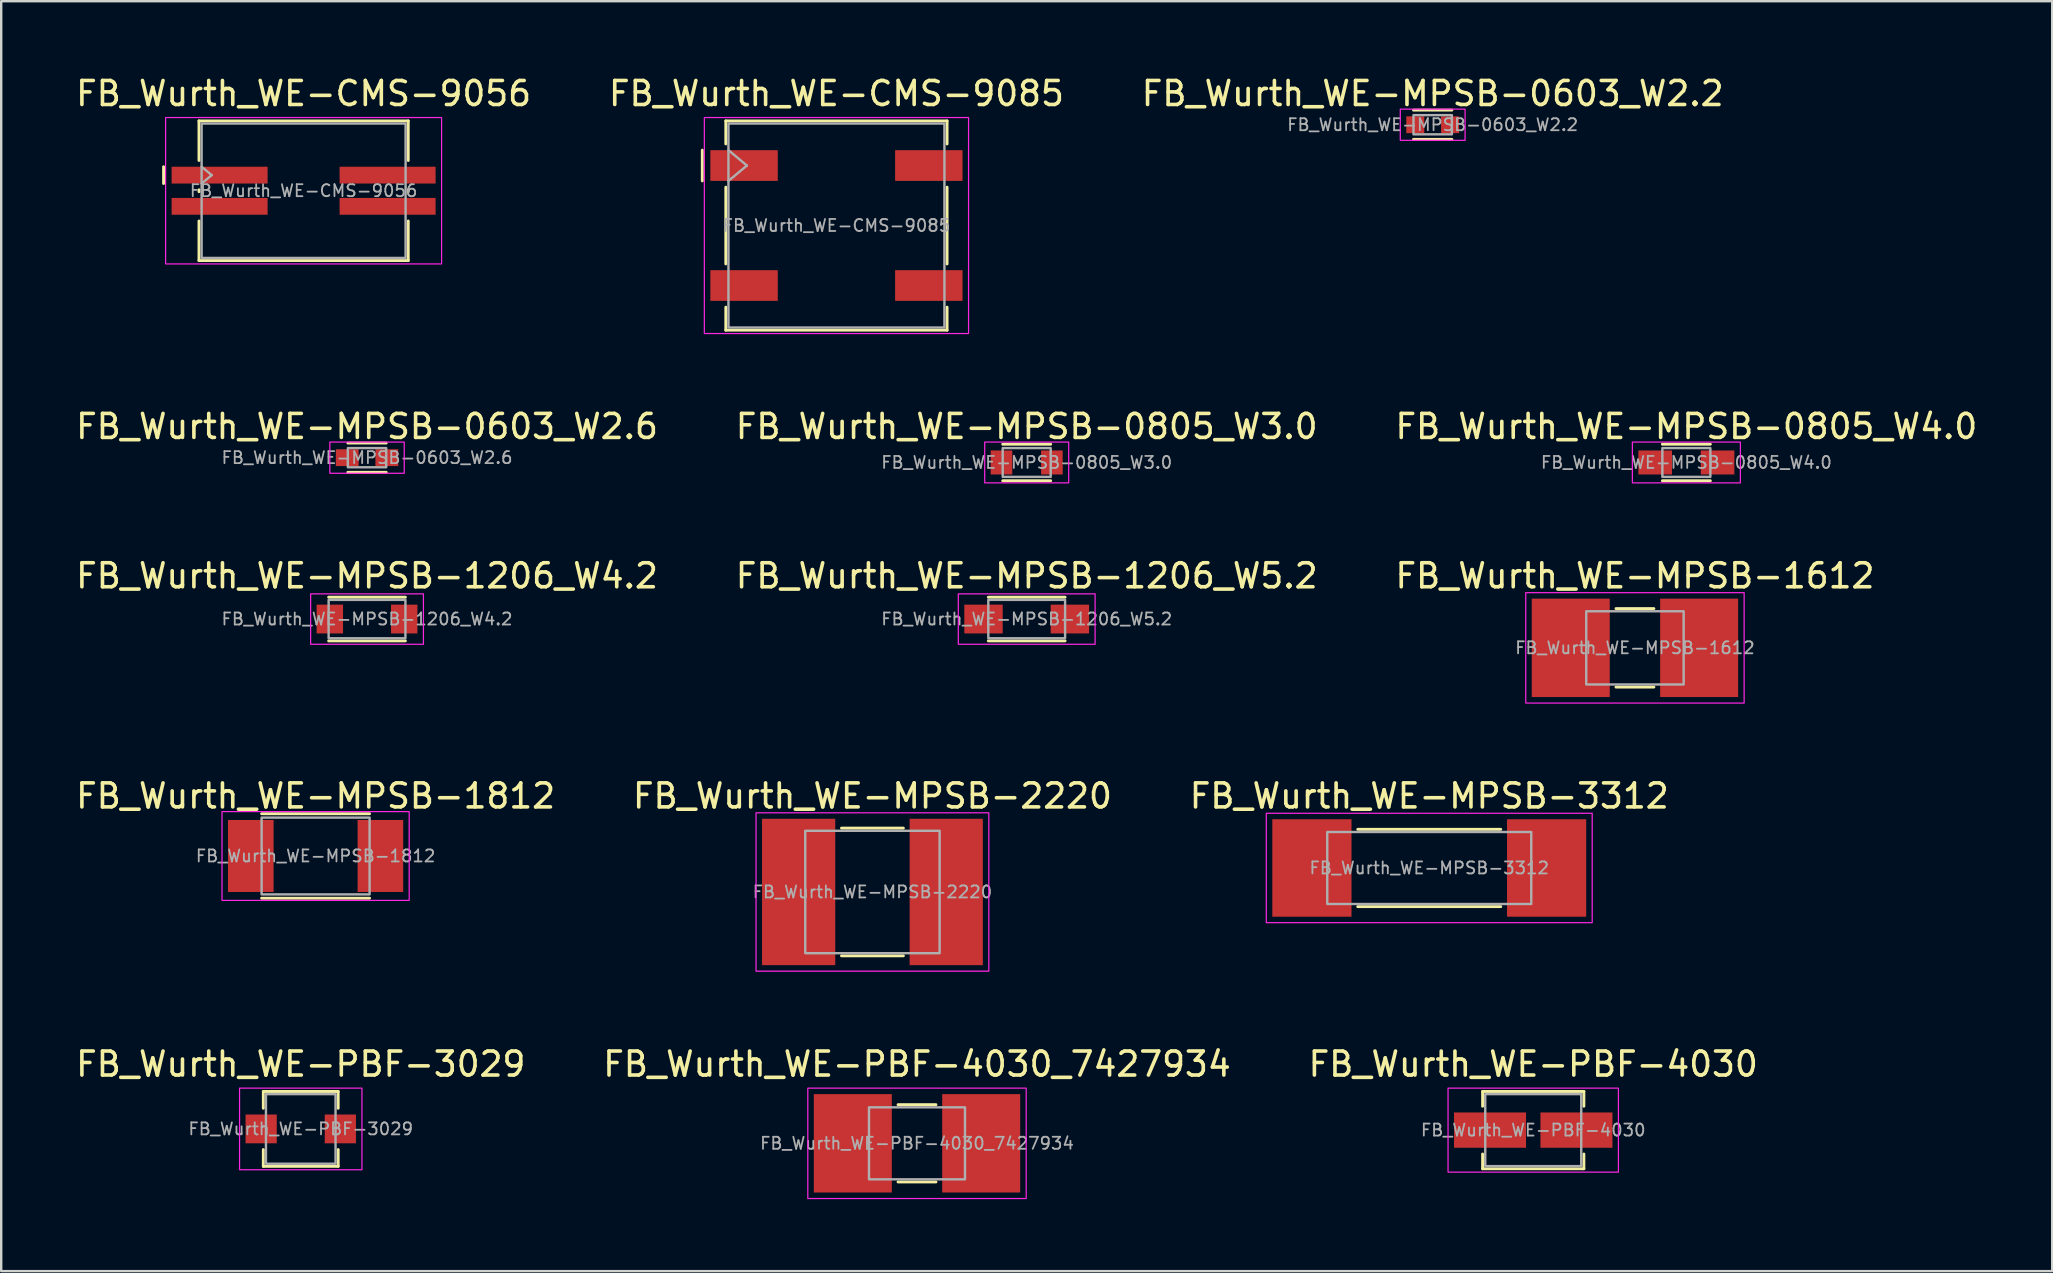
<source format=kicad_pcb>
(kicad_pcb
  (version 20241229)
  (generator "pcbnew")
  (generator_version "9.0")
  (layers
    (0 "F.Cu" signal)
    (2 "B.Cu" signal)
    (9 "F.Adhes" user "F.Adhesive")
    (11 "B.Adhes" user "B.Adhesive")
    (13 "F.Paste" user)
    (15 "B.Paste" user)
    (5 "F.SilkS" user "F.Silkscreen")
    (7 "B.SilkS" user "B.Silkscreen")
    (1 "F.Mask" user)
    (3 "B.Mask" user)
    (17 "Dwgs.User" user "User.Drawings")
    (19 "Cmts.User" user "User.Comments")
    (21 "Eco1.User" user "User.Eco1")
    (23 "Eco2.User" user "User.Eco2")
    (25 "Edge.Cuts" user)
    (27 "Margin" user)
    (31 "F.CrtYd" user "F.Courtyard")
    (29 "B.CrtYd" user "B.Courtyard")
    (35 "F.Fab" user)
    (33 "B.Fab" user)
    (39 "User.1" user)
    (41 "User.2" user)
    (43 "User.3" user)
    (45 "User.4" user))
  (footprint "FB_Wurth_WE-PBF-4030"
    (layer "F.Cu")
    (at 60.839 44.041)
    (property "Reference" "FB_Wurth_WE-PBF-4030" (at 0 -2.75 0) (unlocked yes) (layer "F.SilkS") (effects (font (size 1 1) (thickness 0.15))))
    (attr smd)
    (fp_line (start -2.11 -1.61) (end -2.11 -0.995) (stroke (width 0.12) (type solid)) (layer "F.SilkS"))
    (fp_line (start -2.11 -1.61) (end 2.11 -1.61) (stroke (width 0.12) (type solid)) (layer "F.SilkS"))
    (fp_line (start -2.11 1.61) (end -2.11 0.995) (stroke (width 0.12) (type solid)) (layer "F.SilkS"))
    (fp_line (start -2.11 1.61) (end 2.11 1.61) (stroke (width 0.12) (type solid)) (layer "F.SilkS"))
    (fp_line (start 2.11 -1.61) (end 2.11 -0.995) (stroke (width 0.12) (type solid)) (layer "F.SilkS"))
    (fp_line (start 2.11 1.61) (end 2.11 0.995) (stroke (width 0.12) (type solid)) (layer "F.SilkS"))
    (fp_rect (start -3.55 -1.75) (end 3.55 1.75) (stroke (width 0.05) (type solid)) (fill no) (layer "F.CrtYd"))
    (fp_rect (start -2 -1.5) (end 2 1.5) (stroke (width 0.1) (type solid)) (fill no) (layer "F.Fab"))
    (fp_text user "${REFERENCE}" (at 0 0 0) (unlocked yes) (layer "F.Fab") (effects (font (size 0.5 0.5) (thickness 0.075))))
    (pad "1" smd rect (at -1.8 0) (size 3 1.47) (layers "F.Cu" "F.Mask" "F.Paste"))
    (pad "2" smd rect (at 1.8 0) (size 3 1.47) (layers "F.Cu" "F.Mask" "F.Paste")))
  (footprint "FB_Wurth_WE-MPSB-1612"
    (layer "F.Cu")
    (at 65.077 23.945)
    (property "Reference" "FB_Wurth_WE-MPSB-1612" (at 0 -3 0) (unlocked yes) (layer "F.SilkS") (effects (font (size 1 1) (thickness 0.15))))
    (attr smd)
    (fp_line (start -0.79 -1.635) (end 0.79 -1.635) (stroke (width 0.12) (type default)) (layer "F.SilkS"))
    (fp_line (start -0.79 1.635) (end 0.79 1.635) (stroke (width 0.12) (type default)) (layer "F.SilkS"))
    (fp_rect (start -4.55 -2.3) (end 4.55 2.3) (stroke (width 0.05) (type default)) (fill no) (layer "F.CrtYd"))
    (fp_rect (start -2.03 -1.525) (end 2.03 1.525) (stroke (width 0.1) (type default)) (fill no) (layer "F.Fab"))
    (fp_text user "${REFERENCE}" (at 0 0 0) (unlocked yes) (layer "F.Fab") (effects (font (size 0.5 0.5) (thickness 0.075))))
    (pad "1" smd rect (at -2.675 0) (size 3.25 4.1) (layers "F.Cu" "F.Mask" "F.Paste"))
    (pad "2" smd rect (at 2.675 0) (size 3.25 4.1) (layers "F.Cu" "F.Mask" "F.Paste")))
  (footprint "FB_Wurth_WE-PBF-3029"
    (layer "F.Cu")
    (at 9.482 43.991)
    (property "Reference" "FB_Wurth_WE-PBF-3029" (at 0 -2.7 0) (unlocked yes) (layer "F.SilkS") (effects (font (size 1 1) (thickness 0.15))))
    (attr smd)
    (fp_line (start -1.56 -1.56) (end -1.56 -0.86) (stroke (width 0.12) (type solid)) (layer "F.SilkS"))
    (fp_line (start -1.56 -1.56) (end 1.56 -1.56) (stroke (width 0.12) (type solid)) (layer "F.SilkS"))
    (fp_line (start -1.56 1.56) (end -1.56 0.86) (stroke (width 0.12) (type solid)) (layer "F.SilkS"))
    (fp_line (start -1.56 1.56) (end 1.56 1.56) (stroke (width 0.12) (type solid)) (layer "F.SilkS"))
    (fp_line (start 1.56 -1.56) (end 1.56 -0.86) (stroke (width 0.12) (type solid)) (layer "F.SilkS"))
    (fp_line (start 1.56 1.56) (end 1.56 0.86) (stroke (width 0.12) (type solid)) (layer "F.SilkS"))
    (fp_rect (start -2.55 -1.7) (end 2.55 1.7) (stroke (width 0.05) (type solid)) (fill no) (layer "F.CrtYd"))
    (fp_rect (start -1.45 -1.45) (end 1.45 1.45) (stroke (width 0.1) (type solid)) (fill no) (layer "F.Fab"))
    (fp_text user "${REFERENCE}" (at 0 0 0) (unlocked yes) (layer "F.Fab") (effects (font (size 0.5 0.5) (thickness 0.075))))
    (pad "1" smd rect (at -1.65 0) (size 1.3 1.2) (layers "F.Cu" "F.Mask" "F.Paste"))
    (pad "2" smd rect (at 1.65 0) (size 1.3 1.2) (layers "F.Cu" "F.Mask" "F.Paste")))
  (footprint "FB_Wurth_WE-MPSB-1812"
    (layer "F.Cu")
    (at 10.101 32.618)
    (property "Reference" "FB_Wurth_WE-MPSB-1812" (at 0 -2.5 0) (unlocked yes) (layer "F.SilkS") (effects (font (size 1 1) (thickness 0.15))))
    (attr smd)
    (fp_line (start -2.25 -1.76) (end 2.25 -1.76) (stroke (width 0.12) (type default)) (layer "F.SilkS"))
    (fp_line (start -2.25 1.76) (end 2.25 1.76) (stroke (width 0.12) (type default)) (layer "F.SilkS"))
    (fp_rect (start -3.9 -1.85) (end 3.9 1.85) (stroke (width 0.05) (type default)) (fill no) (layer "F.CrtYd"))
    (fp_rect (start -2.25 -1.6) (end 2.25 1.6) (stroke (width 0.1) (type default)) (fill no) (layer "F.Fab"))
    (fp_text user "${REFERENCE}" (at 0 0 0) (unlocked yes) (layer "F.Fab") (effects (font (size 0.5 0.5) (thickness 0.075))))
    (pad "1" smd rect (at -2.7 0) (size 1.9 3) (layers "F.Cu" "F.Mask" "F.Paste"))
    (pad "2" smd rect (at 2.7 0) (size 1.9 3) (layers "F.Cu" "F.Mask" "F.Paste")))
  (footprint "FB_Wurth_WE-MPSB-1206_W5.2"
    (layer "F.Cu")
    (at 39.732 22.745)
    (property "Reference" "FB_Wurth_WE-MPSB-1206_W5.2" (at 0 -1.8 0) (unlocked yes) (layer "F.SilkS") (effects (font (size 1 1) (thickness 0.15))))
    (attr smd)
    (fp_line (start -1.6 -0.91) (end 1.6 -0.91) (stroke (width 0.12) (type default)) (layer "F.SilkS"))
    (fp_line (start -1.6 0.91) (end 1.6 0.91) (stroke (width 0.12) (type default)) (layer "F.SilkS"))
    (fp_rect (start -2.85 -1.05) (end 2.85 1.05) (stroke (width 0.05) (type default)) (fill no) (layer "F.CrtYd"))
    (fp_rect (start -1.6 -0.8) (end 1.6 0.8) (stroke (width 0.1) (type default)) (fill no) (layer "F.Fab"))
    (fp_text user "${REFERENCE}" (at 0 0 0) (unlocked yes) (layer "F.Fab") (effects (font (size 0.5 0.5) (thickness 0.075))))
    (pad "1" smd rect (at -1.8 0) (size 1.6 1.2) (layers "F.Cu" "F.Mask" "F.Paste"))
    (pad "2" smd rect (at 1.8 0) (size 1.6 1.2) (layers "F.Cu" "F.Mask" "F.Paste")))
  (footprint "FB_Wurth_WE-MPSB-3312"
    (layer "F.Cu")
    (at 56.506 33.118)
    (property "Reference" "FB_Wurth_WE-MPSB-3312" (at 0 -3 0) (unlocked yes) (layer "F.SilkS") (effects (font (size 1 1) (thickness 0.15))))
    (attr smd)
    (fp_line (start -2.98 -1.61) (end 2.98 -1.61) (stroke (width 0.12) (type default)) (layer "F.SilkS"))
    (fp_line (start -2.98 1.61) (end 2.98 1.61) (stroke (width 0.12) (type default)) (layer "F.SilkS"))
    (fp_rect (start -6.79 -2.28) (end 6.79 2.28) (stroke (width 0.05) (type default)) (fill no) (layer "F.CrtYd"))
    (fp_rect (start -4.25 -1.5) (end 4.25 1.5) (stroke (width 0.1) (type default)) (fill no) (layer "F.Fab"))
    (fp_text user "${REFERENCE}" (at 0 0 0) (unlocked yes) (layer "F.Fab") (effects (font (size 0.5 0.5) (thickness 0.075))))
    (pad "1" smd rect (at -4.89 0) (size 3.3 4.06) (layers "F.Cu" "F.Mask" "F.Paste"))
    (pad "2" smd rect (at 4.89 0) (size 3.3 4.06) (layers "F.Cu" "F.Mask" "F.Paste")))
  (footprint "FB_Wurth_WE-MPSB-0603_W2.2"
    (layer "F.Cu")
    (at 56.649 2.148)
    (property "Reference" "FB_Wurth_WE-MPSB-0603_W2.2" (at 0 -1.3 0) (unlocked yes) (layer "F.SilkS") (effects (font (size 1 1) (thickness 0.15))))
    (attr smd)
    (fp_line (start -0.8 -0.61) (end 0.8 -0.61) (stroke (width 0.12) (type default)) (layer "F.SilkS"))
    (fp_line (start -0.8 0.61) (end 0.8 0.61) (stroke (width 0.12) (type default)) (layer "F.SilkS"))
    (fp_rect (start -1.35 -0.65) (end 1.35 0.65) (stroke (width 0.05) (type default)) (fill no) (layer "F.CrtYd"))
    (fp_rect (start -0.8 -0.4) (end 0.8 0.4) (stroke (width 0.1) (type default)) (fill no) (layer "F.Fab"))
    (fp_text user "${REFERENCE}" (at 0 0 0) (unlocked yes) (layer "F.Fab") (effects (font (size 0.5 0.5) (thickness 0.075))))
    (pad "1" smd rect (at -0.725 0) (size 0.75 0.7) (layers "F.Cu" "F.Mask" "F.Paste"))
    (pad "2" smd rect (at 0.725 0) (size 0.75 0.7) (layers "F.Cu" "F.Mask" "F.Paste")))
  (footprint "FB_Wurth_WE-MPSB-0805_W4.0"
    (layer "F.Cu")
    (at 67.22 16.221)
    (property "Reference" "FB_Wurth_WE-MPSB-0805_W4.0" (at 0 -1.5 0) (unlocked yes) (layer "F.SilkS") (effects (font (size 1 1) (thickness 0.15))))
    (attr smd)
    (fp_line (start -1 -0.76) (end 1 -0.76) (stroke (width 0.12) (type default)) (layer "F.SilkS"))
    (fp_line (start -1 0.76) (end 1 0.76) (stroke (width 0.12) (type default)) (layer "F.SilkS"))
    (fp_rect (start -2.25 -0.85) (end 2.25 0.85) (stroke (width 0.05) (type default)) (fill no) (layer "F.CrtYd"))
    (fp_rect (start -1 -0.6) (end 1 0.6) (stroke (width 0.1) (type default)) (fill no) (layer "F.Fab"))
    (fp_text user "${REFERENCE}" (at 0 0 0) (unlocked yes) (layer "F.Fab") (effects (font (size 0.5 0.5) (thickness 0.075))))
    (pad "1" smd rect (at -1.3 0) (size 1.4 1) (layers "F.Cu" "F.Mask" "F.Paste"))
    (pad "2" smd rect (at 1.3 0) (size 1.4 1) (layers "F.Cu" "F.Mask" "F.Paste")))
  (footprint "FB_Wurth_WE-CMS-9085"
    (layer "F.Cu")
    (at 31.804 6.348)
    (property "Reference" "FB_Wurth_WE-CMS-9085" (at 0 -5.5 0) (unlocked yes) (layer "F.SilkS") (effects (font (size 1 1) (thickness 0.15))))
    (attr smd)
    (fp_line (start -5.59 -3.14) (end -5.59 -1.86) (stroke (width 0.12) (type solid)) (layer "F.SilkS"))
    (fp_line (start -4.61 -4.36) (end -4.61 -3.4) (stroke (width 0.12) (type solid)) (layer "F.SilkS"))
    (fp_line (start -4.61 -4.36) (end 4.61 -4.36) (stroke (width 0.12) (type solid)) (layer "F.SilkS"))
    (fp_line (start -4.61 -1.6) (end -4.61 1.6) (stroke (width 0.12) (type solid)) (layer "F.SilkS"))
    (fp_line (start -4.61 4.36) (end -4.61 3.4) (stroke (width 0.12) (type solid)) (layer "F.SilkS"))
    (fp_line (start -4.61 4.36) (end 4.61 4.36) (stroke (width 0.12) (type solid)) (layer "F.SilkS"))
    (fp_line (start 4.61 -4.36) (end 4.61 -3.4) (stroke (width 0.12) (type solid)) (layer "F.SilkS"))
    (fp_line (start 4.61 -1.6) (end 4.61 1.6) (stroke (width 0.12) (type solid)) (layer "F.SilkS"))
    (fp_line (start 4.61 4.36) (end 4.61 3.4) (stroke (width 0.12) (type solid)) (layer "F.SilkS"))
    (fp_rect (start -5.505 -4.5) (end 5.505 4.5) (stroke (width 0.05) (type solid)) (fill no) (layer "F.CrtYd"))
    (fp_line (start -4.5 -3.14) (end -3.732 -2.5) (stroke (width 0.1) (type solid)) (layer "F.Fab"))
    (fp_line (start -4.5 -1.86) (end -3.732 -2.5) (stroke (width 0.1) (type solid)) (layer "F.Fab"))
    (fp_rect (start -4.5 -4.25) (end 4.5 4.25) (stroke (width 0.1) (type solid)) (fill no) (layer "F.Fab"))
    (fp_text user "${REFERENCE}" (at 0 0 0) (unlocked yes) (layer "F.Fab") (effects (font (size 0.5 0.5) (thickness 0.075))))
    (pad "1" smd rect (at -3.85 -2.5) (size 2.81 1.28) (layers "F.Cu" "F.Mask" "F.Paste"))
    (pad "2" smd rect (at -3.85 2.5) (size 2.81 1.28) (layers "F.Cu" "F.Mask" "F.Paste"))
    (pad "3" smd rect (at 3.85 2.5) (size 2.81 1.28) (layers "F.Cu" "F.Mask" "F.Paste"))
    (pad "4" smd rect (at 3.85 -2.5) (size 2.81 1.28) (layers "F.Cu" "F.Mask" "F.Paste")))
  (footprint "FB_Wurth_WE-MPSB-2220"
    (layer "F.Cu")
    (at 33.304 34.118)
    (property "Reference" "FB_Wurth_WE-MPSB-2220" (at 0 -4 0) (unlocked yes) (layer "F.SilkS") (effects (font (size 1 1) (thickness 0.15))))
    (attr smd)
    (fp_line (start -1.29 -2.66) (end 1.29 -2.66) (stroke (width 0.12) (type default)) (layer "F.SilkS"))
    (fp_line (start -1.29 2.66) (end 1.29 2.66) (stroke (width 0.12) (type default)) (layer "F.SilkS"))
    (fp_rect (start -4.85 -3.3) (end 4.85 3.3) (stroke (width 0.05) (type default)) (fill no) (layer "F.CrtYd"))
    (fp_rect (start -2.8 -2.55) (end 2.8 2.55) (stroke (width 0.1) (type default)) (fill no) (layer "F.Fab"))
    (fp_text user "${REFERENCE}" (at 0 0 0) (unlocked yes) (layer "F.Fab") (effects (font (size 0.5 0.5) (thickness 0.075))))
    (pad "1" smd rect (at -3.075 0) (size 3.05 6.1) (layers "F.Cu" "F.Mask" "F.Paste"))
    (pad "2" smd rect (at 3.075 0) (size 3.05 6.1) (layers "F.Cu" "F.Mask" "F.Paste")))
  (footprint "FB_Wurth_WE-MPSB-0805_W3.0"
    (layer "F.Cu")
    (at 39.732 16.221)
    (property "Reference" "FB_Wurth_WE-MPSB-0805_W3.0" (at 0 -1.5 0) (unlocked yes) (layer "F.SilkS") (effects (font (size 1 1) (thickness 0.15))))
    (attr smd)
    (fp_line (start -1 -0.76) (end 1 -0.76) (stroke (width 0.12) (type default)) (layer "F.SilkS"))
    (fp_line (start -1 0.76) (end 1 0.76) (stroke (width 0.12) (type default)) (layer "F.SilkS"))
    (fp_rect (start -1.75 -0.85) (end 1.75 0.85) (stroke (width 0.05) (type default)) (fill no) (layer "F.CrtYd"))
    (fp_rect (start -1 -0.6) (end 1 0.6) (stroke (width 0.1) (type default)) (fill no) (layer "F.Fab"))
    (fp_text user "${REFERENCE}" (at 0 0 0) (unlocked yes) (layer "F.Fab") (effects (font (size 0.5 0.5) (thickness 0.075))))
    (pad "1" smd rect (at -1.05 0) (size 0.9 1) (layers "F.Cu" "F.Mask" "F.Paste"))
    (pad "2" smd rect (at 1.05 0) (size 0.9 1) (layers "F.Cu" "F.Mask" "F.Paste")))
  (footprint "FB_Wurth_WE-PBF-4030_7427934"
    (layer "F.Cu")
    (at 35.161 44.591)
    (property "Reference" "FB_Wurth_WE-PBF-4030_7427934" (at 0 -3.3 0) (unlocked yes) (layer "F.SilkS") (effects (font (size 1 1) (thickness 0.15))))
    (attr smd)
    (fp_line (start -0.79 -1.61) (end 0.79 -1.61) (stroke (width 0.12) (type solid)) (layer "F.SilkS"))
    (fp_line (start -0.79 1.61) (end 0.79 1.61) (stroke (width 0.12) (type solid)) (layer "F.SilkS"))
    (fp_rect (start -4.55 -2.3) (end 4.55 2.3) (stroke (width 0.05) (type solid)) (fill no) (layer "F.CrtYd"))
    (fp_rect (start -2 -1.5) (end 2 1.5) (stroke (width 0.1) (type solid)) (fill no) (layer "F.Fab"))
    (fp_text user "${REFERENCE}" (at 0 0 0) (unlocked yes) (layer "F.Fab") (effects (font (size 0.5 0.5) (thickness 0.075))))
    (pad "1" smd rect (at -2.675 0) (size 3.25 4.1) (layers "F.Cu" "F.Mask" "F.Paste"))
    (pad "2" smd rect (at 2.675 0) (size 3.25 4.1) (layers "F.Cu" "F.Mask" "F.Paste")))
  (footprint "FB_Wurth_WE-MPSB-0603_W2.6"
    (layer "F.Cu")
    (at 12.244 16.021)
    (property "Reference" "FB_Wurth_WE-MPSB-0603_W2.6" (at 0 -1.3 0) (unlocked yes) (layer "F.SilkS") (effects (font (size 1 1) (thickness 0.15))))
    (attr smd)
    (fp_line (start -0.8 -0.61) (end 0.8 -0.61) (stroke (width 0.12) (type default)) (layer "F.SilkS"))
    (fp_line (start -0.8 0.61) (end 0.8 0.61) (stroke (width 0.12) (type default)) (layer "F.SilkS"))
    (fp_rect (start -1.55 -0.65) (end 1.55 0.65) (stroke (width 0.05) (type default)) (fill no) (layer "F.CrtYd"))
    (fp_rect (start -0.8 -0.4) (end 0.8 0.4) (stroke (width 0.1) (type default)) (fill no) (layer "F.Fab"))
    (fp_text user "${REFERENCE}" (at 0 0 0) (unlocked yes) (layer "F.Fab") (effects (font (size 0.5 0.5) (thickness 0.075))))
    (pad "1" smd rect (at -0.825 0) (size 0.95 0.7) (layers "F.Cu" "F.Mask" "F.Paste"))
    (pad "2" smd rect (at 0.825 0) (size 0.95 0.7) (layers "F.Cu" "F.Mask" "F.Paste")))
  (footprint "FB_Wurth_WE-CMS-9056"
    (layer "F.Cu")
    (at 9.601 4.898)
    (property "Reference" "FB_Wurth_WE-CMS-9056" (at 0 -4.05 0) (unlocked yes) (layer "F.SilkS") (effects (font (size 1 1) (thickness 0.15))))
    (attr smd)
    (fp_line (start -5.835 -1) (end -5.835 -0.3) (stroke (width 0.12) (type solid)) (layer "F.SilkS"))
    (fp_line (start -4.36 -2.91) (end -4.36 -1.26) (stroke (width 0.12) (type solid)) (layer "F.SilkS"))
    (fp_line (start -4.36 -2.91) (end 4.36 -2.91) (stroke (width 0.12) (type solid)) (layer "F.SilkS"))
    (fp_line (start -4.36 -0.04) (end -4.36 0.04) (stroke (width 0.12) (type solid)) (layer "F.SilkS"))
    (fp_line (start -4.36 2.91) (end -4.36 1.26) (stroke (width 0.12) (type solid)) (layer "F.SilkS"))
    (fp_line (start -4.36 2.91) (end 4.36 2.91) (stroke (width 0.12) (type solid)) (layer "F.SilkS"))
    (fp_line (start 4.36 -2.91) (end 4.36 -1.26) (stroke (width 0.12) (type solid)) (layer "F.SilkS"))
    (fp_line (start 4.36 -0.04) (end 4.36 0.04) (stroke (width 0.12) (type solid)) (layer "F.SilkS"))
    (fp_line (start 4.36 2.91) (end 4.36 1.26) (stroke (width 0.12) (type solid)) (layer "F.SilkS"))
    (fp_rect (start -5.75 -3.05) (end 5.75 3.05) (stroke (width 0.05) (type solid)) (fill no) (layer "F.CrtYd"))
    (fp_line (start -4.25 -1) (end -3.83 -0.65) (stroke (width 0.1) (type solid)) (layer "F.Fab"))
    (fp_line (start -4.25 -0.3) (end -3.83 -0.65) (stroke (width 0.1) (type solid)) (layer "F.Fab"))
    (fp_rect (start -4.25 -2.8) (end 4.25 2.8) (stroke (width 0.1) (type solid)) (fill no) (layer "F.Fab"))
    (fp_text user "${REFERENCE}" (at 0 0 0) (unlocked yes) (layer "F.Fab") (effects (font (size 0.5 0.5) (thickness 0.075))))
    (pad "1" smd rect (at -3.5 -0.65) (size 4 0.7) (layers "F.Cu" "F.Mask" "F.Paste"))
    (pad "2" smd rect (at -3.5 0.65) (size 4 0.7) (layers "F.Cu" "F.Mask" "F.Paste"))
    (pad "3" smd rect (at 3.5 0.65) (size 4 0.7) (layers "F.Cu" "F.Mask" "F.Paste"))
    (pad "4" smd rect (at 3.5 -0.65) (size 4 0.7) (layers "F.Cu" "F.Mask" "F.Paste")))
  (footprint "FB_Wurth_WE-MPSB-1206_W4.2"
    (layer "F.Cu")
    (at 12.244 22.745)
    (property "Reference" "FB_Wurth_WE-MPSB-1206_W4.2" (at 0 -1.8 0) (unlocked yes) (layer "F.SilkS") (effects (font (size 1 1) (thickness 0.15))))
    (attr smd)
    (fp_line (start -1.6 -0.91) (end 1.6 -0.91) (stroke (width 0.12) (type default)) (layer "F.SilkS"))
    (fp_line (start -1.6 0.91) (end 1.6 0.91) (stroke (width 0.12) (type default)) (layer "F.SilkS"))
    (fp_rect (start -2.35 -1.05) (end 2.35 1.05) (stroke (width 0.05) (type default)) (fill no) (layer "F.CrtYd"))
    (fp_rect (start -1.6 -0.8) (end 1.6 0.8) (stroke (width 0.1) (type default)) (fill no) (layer "F.Fab"))
    (fp_text user "${REFERENCE}" (at 0 0 0) (unlocked yes) (layer "F.Fab") (effects (font (size 0.5 0.5) (thickness 0.075))))
    (pad "1" smd rect (at -1.55 0) (size 1.1 1.2) (layers "F.Cu" "F.Mask" "F.Paste"))
    (pad "2" smd rect (at 1.55 0) (size 1.1 1.2) (layers "F.Cu" "F.Mask" "F.Paste")))
  (gr_rect
    (start -3 -3)
    (end 82.464 49.916)
    (stroke (width 0.1) (type default))
    (fill no)
    (layer "Edge.Cuts")))
</source>
